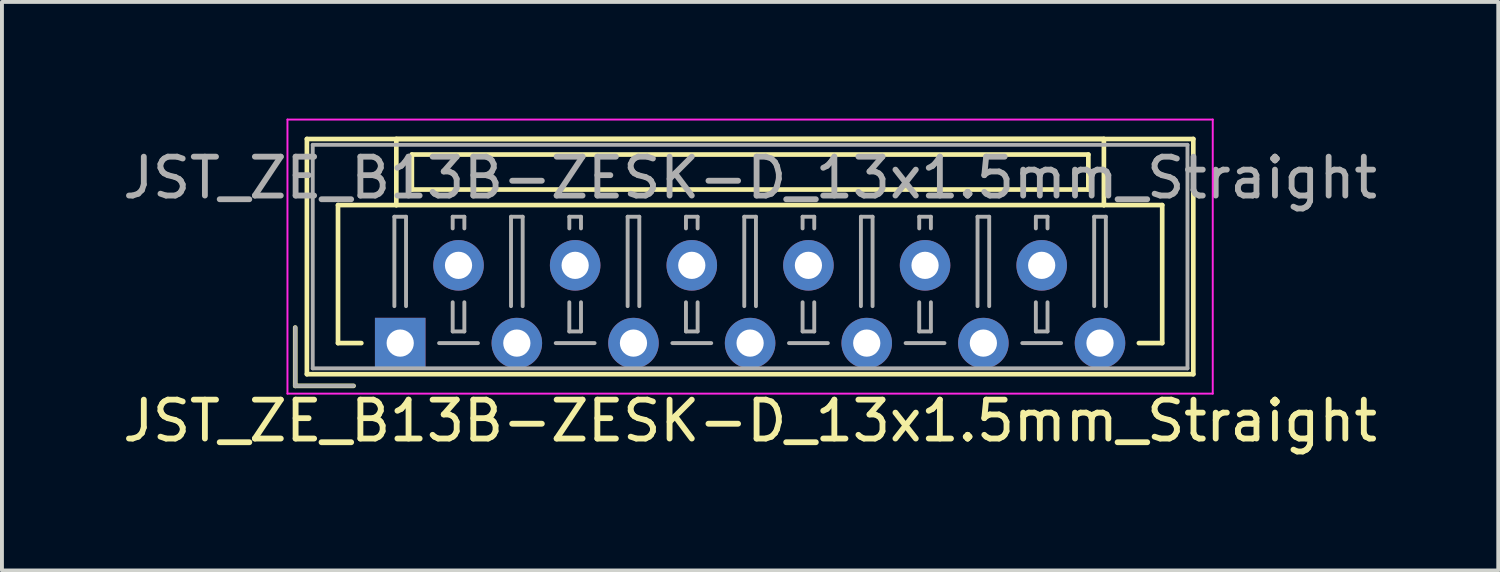
<source format=kicad_pcb>
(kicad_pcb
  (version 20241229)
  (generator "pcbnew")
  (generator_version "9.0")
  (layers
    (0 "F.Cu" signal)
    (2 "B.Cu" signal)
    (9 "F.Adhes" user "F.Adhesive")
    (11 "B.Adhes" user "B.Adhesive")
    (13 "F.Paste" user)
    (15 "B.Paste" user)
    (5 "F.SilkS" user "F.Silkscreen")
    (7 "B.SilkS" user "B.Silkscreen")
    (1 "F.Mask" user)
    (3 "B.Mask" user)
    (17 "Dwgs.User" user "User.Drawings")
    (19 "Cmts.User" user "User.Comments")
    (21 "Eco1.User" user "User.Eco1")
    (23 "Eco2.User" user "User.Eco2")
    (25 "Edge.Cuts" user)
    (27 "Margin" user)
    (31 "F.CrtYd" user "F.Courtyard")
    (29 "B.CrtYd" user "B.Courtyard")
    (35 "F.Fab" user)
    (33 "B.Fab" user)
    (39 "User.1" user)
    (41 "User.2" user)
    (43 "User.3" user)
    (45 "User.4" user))
  (footprint "JST_ZE_B13B-ZESK-D_13x1.5mm_Straight"
    (layer "F.Cu")
    (at 7.244 5.775)
    (property "Reference" "JST_ZE_B13B-ZESK-D_13x1.5mm_Straight" (at 9 2 0) (layer "F.SilkS") (effects (font (size 1 1) (thickness 0.15))))
    (attr through_hole)
    (fp_line (start -2.7 -0.4) (end -2.7 1.1) (stroke (width 0.12) (type solid)) (layer "F.SilkS"))
    (fp_line (start -2.7 1.1) (end -1.2 1.1) (stroke (width 0.12) (type solid)) (layer "F.SilkS"))
    (fp_line (start -2.4 -5.25) (end -2.4 0.8) (stroke (width 0.12) (type solid)) (layer "F.SilkS"))
    (fp_line (start -2.4 0.8) (end 20.4 0.8) (stroke (width 0.12) (type solid)) (layer "F.SilkS"))
    (fp_line (start -1.6 -3.55) (end -1.6 0) (stroke (width 0.12) (type solid)) (layer "F.SilkS"))
    (fp_line (start -1.6 0) (end -1 0) (stroke (width 0.12) (type solid)) (layer "F.SilkS"))
    (fp_line (start -0.1 -5.25) (end -0.1 -3.55) (stroke (width 0.12) (type solid)) (layer "F.SilkS"))
    (fp_line (start -0.1 -3.55) (end -1.6 -3.55) (stroke (width 0.12) (type solid)) (layer "F.SilkS"))
    (fp_line (start -0.1 -3.55) (end 18.1 -3.55) (stroke (width 0.12) (type solid)) (layer "F.SilkS"))
    (fp_line (start 0.3 -4.85) (end 0.3 -3.95) (stroke (width 0.12) (type solid)) (layer "F.SilkS"))
    (fp_line (start 0.3 -3.95) (end 17.7 -3.95) (stroke (width 0.12) (type solid)) (layer "F.SilkS"))
    (fp_line (start 17.7 -4.85) (end 0.3 -4.85) (stroke (width 0.12) (type solid)) (layer "F.SilkS"))
    (fp_line (start 17.7 -3.95) (end 17.7 -4.85) (stroke (width 0.12) (type solid)) (layer "F.SilkS"))
    (fp_line (start 18.1 -5.25) (end -0.1 -5.25) (stroke (width 0.12) (type solid)) (layer "F.SilkS"))
    (fp_line (start 18.1 -3.55) (end 18.1 -5.25) (stroke (width 0.12) (type solid)) (layer "F.SilkS"))
    (fp_line (start 18.1 -3.55) (end 19.6 -3.55) (stroke (width 0.12) (type solid)) (layer "F.SilkS"))
    (fp_line (start 19.6 -3.55) (end 19.6 0) (stroke (width 0.12) (type solid)) (layer "F.SilkS"))
    (fp_line (start 19.6 0) (end 19 0) (stroke (width 0.12) (type solid)) (layer "F.SilkS"))
    (fp_line (start 20.4 -5.25) (end -2.4 -5.25) (stroke (width 0.12) (type solid)) (layer "F.SilkS"))
    (fp_line (start 20.4 0.8) (end 20.4 -5.25) (stroke (width 0.12) (type solid)) (layer "F.SilkS"))
    (fp_line (start -2.9 -5.75) (end -2.9 1.3) (stroke (width 0.05) (type solid)) (layer "F.CrtYd"))
    (fp_line (start -2.9 1.3) (end 20.9 1.3) (stroke (width 0.05) (type solid)) (layer "F.CrtYd"))
    (fp_line (start 20.9 -5.75) (end -2.9 -5.75) (stroke (width 0.05) (type solid)) (layer "F.CrtYd"))
    (fp_line (start 20.9 1.3) (end 20.9 -5.75) (stroke (width 0.05) (type solid)) (layer "F.CrtYd"))
    (fp_line (start -2.7 -0.4) (end -2.7 1.1) (stroke (width 0.1) (type solid)) (layer "F.Fab"))
    (fp_line (start -2.7 1.1) (end -1.2 1.1) (stroke (width 0.1) (type solid)) (layer "F.Fab"))
    (fp_line (start -2.25 -5.1) (end -2.25 0.65) (stroke (width 0.1) (type solid)) (layer "F.Fab"))
    (fp_line (start -2.25 0.65) (end 20.25 0.65) (stroke (width 0.1) (type solid)) (layer "F.Fab"))
    (fp_line (start -0.15 -3.25) (end 0.15 -3.25) (stroke (width 0.1) (type solid)) (layer "F.Fab"))
    (fp_line (start -0.15 -0.95) (end -0.15 -3.25) (stroke (width 0.1) (type solid)) (layer "F.Fab"))
    (fp_line (start 0.15 -3.25) (end 0.15 -0.95) (stroke (width 0.1) (type solid)) (layer "F.Fab"))
    (fp_line (start 1 0) (end 2 0) (stroke (width 0.1) (type solid)) (layer "F.Fab"))
    (fp_line (start 1.35 -3.25) (end 1.65 -3.25) (stroke (width 0.1) (type solid)) (layer "F.Fab"))
    (fp_line (start 1.35 -2.95) (end 1.35 -3.25) (stroke (width 0.1) (type solid)) (layer "F.Fab"))
    (fp_line (start 1.35 -1.05) (end 1.35 -0.3) (stroke (width 0.1) (type solid)) (layer "F.Fab"))
    (fp_line (start 1.35 -0.3) (end 1.65 -0.3) (stroke (width 0.1) (type solid)) (layer "F.Fab"))
    (fp_line (start 1.65 -3.25) (end 1.65 -2.95) (stroke (width 0.1) (type solid)) (layer "F.Fab"))
    (fp_line (start 1.65 -0.3) (end 1.65 -1.05) (stroke (width 0.1) (type solid)) (layer "F.Fab"))
    (fp_line (start 2.85 -3.25) (end 3.15 -3.25) (stroke (width 0.1) (type solid)) (layer "F.Fab"))
    (fp_line (start 2.85 -0.95) (end 2.85 -3.25) (stroke (width 0.1) (type solid)) (layer "F.Fab"))
    (fp_line (start 3.15 -3.25) (end 3.15 -0.95) (stroke (width 0.1) (type solid)) (layer "F.Fab"))
    (fp_line (start 4 0) (end 5 0) (stroke (width 0.1) (type solid)) (layer "F.Fab"))
    (fp_line (start 4.35 -3.25) (end 4.65 -3.25) (stroke (width 0.1) (type solid)) (layer "F.Fab"))
    (fp_line (start 4.35 -2.95) (end 4.35 -3.25) (stroke (width 0.1) (type solid)) (layer "F.Fab"))
    (fp_line (start 4.35 -1.05) (end 4.35 -0.3) (stroke (width 0.1) (type solid)) (layer "F.Fab"))
    (fp_line (start 4.35 -0.3) (end 4.65 -0.3) (stroke (width 0.1) (type solid)) (layer "F.Fab"))
    (fp_line (start 4.65 -3.25) (end 4.65 -2.95) (stroke (width 0.1) (type solid)) (layer "F.Fab"))
    (fp_line (start 4.65 -0.3) (end 4.65 -1.05) (stroke (width 0.1) (type solid)) (layer "F.Fab"))
    (fp_line (start 5.85 -3.25) (end 6.15 -3.25) (stroke (width 0.1) (type solid)) (layer "F.Fab"))
    (fp_line (start 5.85 -0.95) (end 5.85 -3.25) (stroke (width 0.1) (type solid)) (layer "F.Fab"))
    (fp_line (start 6.15 -3.25) (end 6.15 -0.95) (stroke (width 0.1) (type solid)) (layer "F.Fab"))
    (fp_line (start 7 0) (end 8 0) (stroke (width 0.1) (type solid)) (layer "F.Fab"))
    (fp_line (start 7.35 -3.25) (end 7.65 -3.25) (stroke (width 0.1) (type solid)) (layer "F.Fab"))
    (fp_line (start 7.35 -2.95) (end 7.35 -3.25) (stroke (width 0.1) (type solid)) (layer "F.Fab"))
    (fp_line (start 7.35 -1.05) (end 7.35 -0.3) (stroke (width 0.1) (type solid)) (layer "F.Fab"))
    (fp_line (start 7.35 -0.3) (end 7.65 -0.3) (stroke (width 0.1) (type solid)) (layer "F.Fab"))
    (fp_line (start 7.65 -3.25) (end 7.65 -2.95) (stroke (width 0.1) (type solid)) (layer "F.Fab"))
    (fp_line (start 7.65 -0.3) (end 7.65 -1.05) (stroke (width 0.1) (type solid)) (layer "F.Fab"))
    (fp_line (start 8.85 -3.25) (end 9.15 -3.25) (stroke (width 0.1) (type solid)) (layer "F.Fab"))
    (fp_line (start 8.85 -0.95) (end 8.85 -3.25) (stroke (width 0.1) (type solid)) (layer "F.Fab"))
    (fp_line (start 9.15 -3.25) (end 9.15 -0.95) (stroke (width 0.1) (type solid)) (layer "F.Fab"))
    (fp_line (start 10 0) (end 11 0) (stroke (width 0.1) (type solid)) (layer "F.Fab"))
    (fp_line (start 10.35 -3.25) (end 10.65 -3.25) (stroke (width 0.1) (type solid)) (layer "F.Fab"))
    (fp_line (start 10.35 -2.95) (end 10.35 -3.25) (stroke (width 0.1) (type solid)) (layer "F.Fab"))
    (fp_line (start 10.35 -1.05) (end 10.35 -0.3) (stroke (width 0.1) (type solid)) (layer "F.Fab"))
    (fp_line (start 10.35 -0.3) (end 10.65 -0.3) (stroke (width 0.1) (type solid)) (layer "F.Fab"))
    (fp_line (start 10.65 -3.25) (end 10.65 -2.95) (stroke (width 0.1) (type solid)) (layer "F.Fab"))
    (fp_line (start 10.65 -0.3) (end 10.65 -1.05) (stroke (width 0.1) (type solid)) (layer "F.Fab"))
    (fp_line (start 11.85 -3.25) (end 12.15 -3.25) (stroke (width 0.1) (type solid)) (layer "F.Fab"))
    (fp_line (start 11.85 -0.95) (end 11.85 -3.25) (stroke (width 0.1) (type solid)) (layer "F.Fab"))
    (fp_line (start 12.15 -3.25) (end 12.15 -0.95) (stroke (width 0.1) (type solid)) (layer "F.Fab"))
    (fp_line (start 13 0) (end 14 0) (stroke (width 0.1) (type solid)) (layer "F.Fab"))
    (fp_line (start 13.35 -3.25) (end 13.65 -3.25) (stroke (width 0.1) (type solid)) (layer "F.Fab"))
    (fp_line (start 13.35 -2.95) (end 13.35 -3.25) (stroke (width 0.1) (type solid)) (layer "F.Fab"))
    (fp_line (start 13.35 -1.05) (end 13.35 -0.3) (stroke (width 0.1) (type solid)) (layer "F.Fab"))
    (fp_line (start 13.35 -0.3) (end 13.65 -0.3) (stroke (width 0.1) (type solid)) (layer "F.Fab"))
    (fp_line (start 13.65 -3.25) (end 13.65 -2.95) (stroke (width 0.1) (type solid)) (layer "F.Fab"))
    (fp_line (start 13.65 -0.3) (end 13.65 -1.05) (stroke (width 0.1) (type solid)) (layer "F.Fab"))
    (fp_line (start 14.85 -3.25) (end 15.15 -3.25) (stroke (width 0.1) (type solid)) (layer "F.Fab"))
    (fp_line (start 14.85 -0.95) (end 14.85 -3.25) (stroke (width 0.1) (type solid)) (layer "F.Fab"))
    (fp_line (start 15.15 -3.25) (end 15.15 -0.95) (stroke (width 0.1) (type solid)) (layer "F.Fab"))
    (fp_line (start 16 0) (end 17 0) (stroke (width 0.1) (type solid)) (layer "F.Fab"))
    (fp_line (start 16.35 -3.25) (end 16.65 -3.25) (stroke (width 0.1) (type solid)) (layer "F.Fab"))
    (fp_line (start 16.35 -2.95) (end 16.35 -3.25) (stroke (width 0.1) (type solid)) (layer "F.Fab"))
    (fp_line (start 16.35 -1.05) (end 16.35 -0.3) (stroke (width 0.1) (type solid)) (layer "F.Fab"))
    (fp_line (start 16.35 -0.3) (end 16.65 -0.3) (stroke (width 0.1) (type solid)) (layer "F.Fab"))
    (fp_line (start 16.65 -3.25) (end 16.65 -2.95) (stroke (width 0.1) (type solid)) (layer "F.Fab"))
    (fp_line (start 16.65 -0.3) (end 16.65 -1.05) (stroke (width 0.1) (type solid)) (layer "F.Fab"))
    (fp_line (start 17.85 -3.25) (end 18.15 -3.25) (stroke (width 0.1) (type solid)) (layer "F.Fab"))
    (fp_line (start 17.85 -0.95) (end 17.85 -3.25) (stroke (width 0.1) (type solid)) (layer "F.Fab"))
    (fp_line (start 18.15 -3.25) (end 18.15 -0.95) (stroke (width 0.1) (type solid)) (layer "F.Fab"))
    (fp_line (start 20.25 -5.1) (end -2.25 -5.1) (stroke (width 0.1) (type solid)) (layer "F.Fab"))
    (fp_line (start 20.25 0.65) (end 20.25 -5.1) (stroke (width 0.1) (type solid)) (layer "F.Fab"))
    (fp_text user "${REFERENCE}" (at 9 -4.25 0) (layer "F.Fab") (effects (font (size 1 1) (thickness 0.15))))
    (pad "1" thru_hole rect (at 0 0) (size 1.3 1.3) (drill 0.7) (layers "*.Cu" "*.Mask"))
    (pad "2" thru_hole circle (at 1.5 -2) (size 1.3 1.3) (drill 0.7) (layers "*.Cu" "*.Mask"))
    (pad "3" thru_hole circle (at 3 0) (size 1.3 1.3) (drill 0.7) (layers "*.Cu" "*.Mask"))
    (pad "4" thru_hole circle (at 4.5 -2) (size 1.3 1.3) (drill 0.7) (layers "*.Cu" "*.Mask"))
    (pad "5" thru_hole circle (at 6 0) (size 1.3 1.3) (drill 0.7) (layers "*.Cu" "*.Mask"))
    (pad "6" thru_hole circle (at 7.5 -2) (size 1.3 1.3) (drill 0.7) (layers "*.Cu" "*.Mask"))
    (pad "7" thru_hole circle (at 9 0) (size 1.3 1.3) (drill 0.7) (layers "*.Cu" "*.Mask"))
    (pad "8" thru_hole circle (at 10.5 -2) (size 1.3 1.3) (drill 0.7) (layers "*.Cu" "*.Mask"))
    (pad "9" thru_hole circle (at 12 0) (size 1.3 1.3) (drill 0.7) (layers "*.Cu" "*.Mask"))
    (pad "10" thru_hole circle (at 13.5 -2) (size 1.3 1.3) (drill 0.7) (layers "*.Cu" "*.Mask"))
    (pad "11" thru_hole circle (at 15 0) (size 1.3 1.3) (drill 0.7) (layers "*.Cu" "*.Mask"))
    (pad "12" thru_hole circle (at 16.5 -2) (size 1.3 1.3) (drill 0.7) (layers "*.Cu" "*.Mask"))
    (pad "13" thru_hole circle (at 18 0) (size 1.3 1.3) (drill 0.7) (layers "*.Cu" "*.Mask")))
  (gr_rect
    (start -3 -3)
    (end 35.488 11.623)
    (stroke (width 0.1) (type default))
    (fill no)
    (layer "Edge.Cuts")))
</source>
